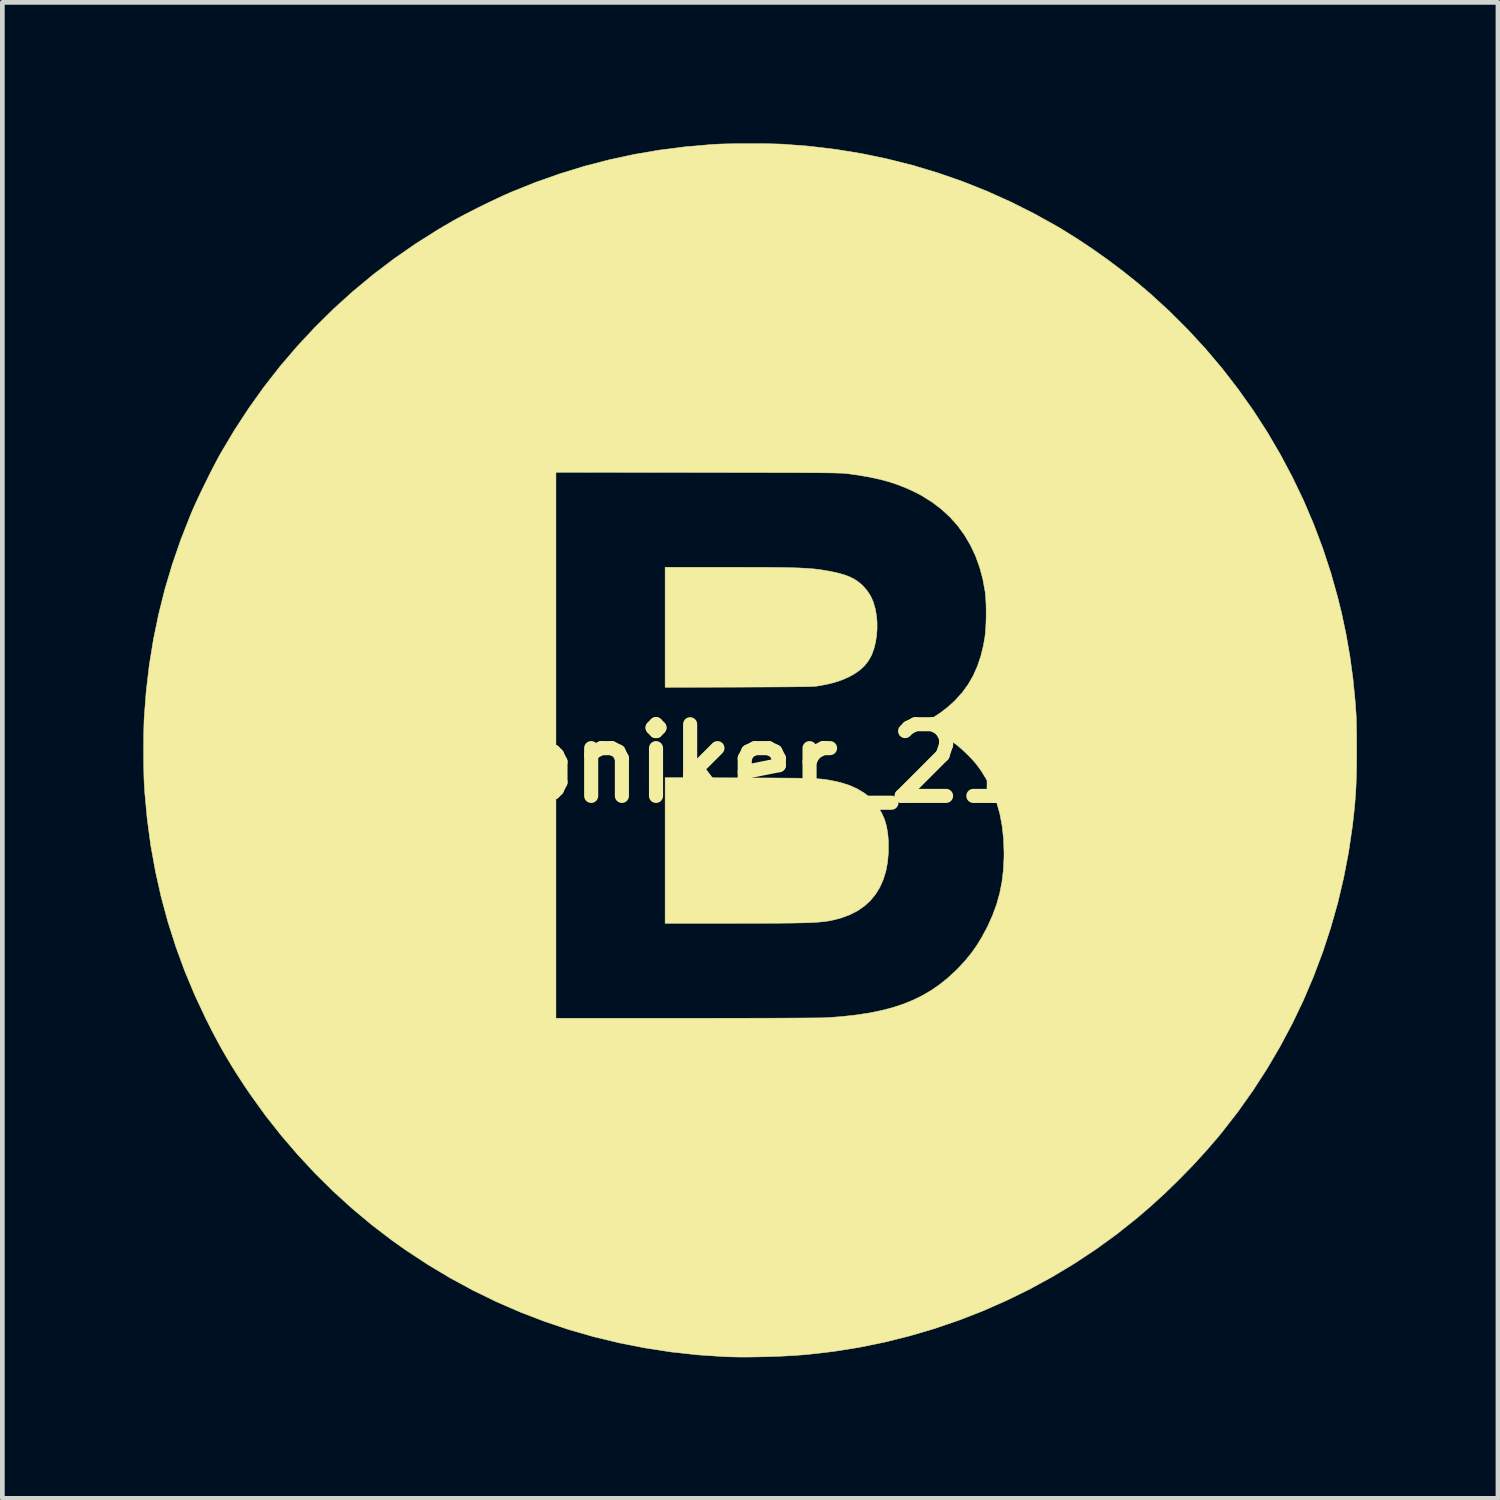
<source format=kicad_pcb>
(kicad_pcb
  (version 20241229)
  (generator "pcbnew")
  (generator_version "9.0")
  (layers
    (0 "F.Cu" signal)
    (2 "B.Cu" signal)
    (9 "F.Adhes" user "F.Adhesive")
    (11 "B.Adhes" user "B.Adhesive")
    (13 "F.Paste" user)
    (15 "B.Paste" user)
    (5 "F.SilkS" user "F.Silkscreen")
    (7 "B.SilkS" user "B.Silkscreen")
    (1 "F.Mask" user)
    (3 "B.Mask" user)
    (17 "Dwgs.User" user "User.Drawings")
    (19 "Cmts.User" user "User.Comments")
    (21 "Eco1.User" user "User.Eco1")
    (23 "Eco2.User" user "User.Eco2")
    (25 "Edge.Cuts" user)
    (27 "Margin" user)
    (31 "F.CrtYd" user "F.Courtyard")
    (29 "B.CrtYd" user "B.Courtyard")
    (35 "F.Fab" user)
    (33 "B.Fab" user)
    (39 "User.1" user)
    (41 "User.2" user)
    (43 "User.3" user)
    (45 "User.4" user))
  (footprint "CBP_Moniker_2100DPI"
    (layer "F.Cu")
    (at 12.898 13.188)
    (property "Reference" "CBP_Moniker_2100DPI" (at 0 0 0) (layer "F.SilkS") (effects (font (size 1.524 1.524) (thickness 0.3))))
    (attr through_hole)
    (fp_poly (pts (xy -0.475 -4.173) (xy -0.23 -4.173) (xy -0.008 -4.172) (xy 0.193 -4.172) (xy 0.375 -4.171) (xy 0.538 -4.169) (xy 0.684 -4.168) (xy 0.816 -4.165) (xy 0.934 -4.162) (xy 1.04 -4.159) (xy 1.135 -4.154) (xy 1.222 -4.149) (xy 1.301 -4.143) (xy 1.374 -4.137) (xy 1.443 -4.129) (xy 1.508 -4.12) (xy 1.573 -4.11) (xy 1.637 -4.099) (xy 1.703 -4.087) (xy 1.73 -4.082) (xy 1.879 -4.049) (xy 2.008 -4.013) (xy 2.119 -3.971) (xy 2.216 -3.923) (xy 2.302 -3.866) (xy 2.382 -3.8) (xy 2.408 -3.775) (xy 2.498 -3.671) (xy 2.571 -3.557) (xy 2.627 -3.43) (xy 2.668 -3.287) (xy 2.695 -3.128) (xy 2.705 -3.012) (xy 2.706 -2.864) (xy 2.695 -2.716) (xy 2.672 -2.572) (xy 2.638 -2.438) (xy 2.595 -2.319) (xy 2.583 -2.292) (xy 2.516 -2.176) (xy 2.434 -2.073) (xy 2.335 -1.983) (xy 2.217 -1.902) (xy 2.111 -1.844) (xy 1.996 -1.792) (xy 1.88 -1.749) (xy 1.756 -1.712) (xy 1.621 -1.68) (xy 1.467 -1.652) (xy 1.409 -1.643) (xy 1.385 -1.641) (xy 1.347 -1.639) (xy 1.292 -1.637) (xy 1.22 -1.635) (xy 1.131 -1.633) (xy 1.024 -1.632) (xy 0.897 -1.63) (xy 0.751 -1.629) (xy 0.585 -1.628) (xy 0.397 -1.627) (xy 0.187 -1.626) (xy -0.046 -1.625) (xy -0.245 -1.624) (xy -1.802 -1.62) (xy -1.802 -4.173) (xy -0.475 -4.173)) (stroke (width 0.01) (type solid)) (fill yes) (layer "F.SilkS"))
    (fp_poly (pts (xy -0.215 0.306) (xy 0.019 0.307) (xy 0.23 0.308) (xy 0.42 0.308) (xy 0.589 0.309) (xy 0.741 0.31) (xy 0.874 0.311) (xy 0.993 0.312) (xy 1.097 0.314) (xy 1.187 0.315) (xy 1.267 0.317) (xy 1.336 0.32) (xy 1.397 0.322) (xy 1.45 0.326) (xy 1.497 0.329) (xy 1.54 0.333) (xy 1.58 0.338) (xy 1.618 0.343) (xy 1.656 0.349) (xy 1.695 0.356) (xy 1.736 0.363) (xy 1.94 0.408) (xy 2.126 0.468) (xy 2.293 0.544) (xy 2.441 0.634) (xy 2.57 0.74) (xy 2.681 0.86) (xy 2.731 0.93) (xy 2.806 1.058) (xy 2.865 1.192) (xy 2.907 1.336) (xy 2.934 1.495) (xy 2.947 1.663) (xy 2.947 1.888) (xy 2.929 2.098) (xy 2.892 2.293) (xy 2.836 2.473) (xy 2.763 2.637) (xy 2.671 2.785) (xy 2.562 2.917) (xy 2.435 3.033) (xy 2.29 3.133) (xy 2.128 3.216) (xy 1.948 3.283) (xy 1.857 3.308) (xy 1.807 3.321) (xy 1.759 3.332) (xy 1.71 3.342) (xy 1.66 3.351) (xy 1.607 3.358) (xy 1.549 3.365) (xy 1.486 3.372) (xy 1.416 3.377) (xy 1.337 3.382) (xy 1.248 3.386) (xy 1.148 3.389) (xy 1.035 3.391) (xy 0.909 3.394) (xy 0.767 3.395) (xy 0.608 3.397) (xy 0.431 3.397) (xy 0.235 3.398) (xy 0.018 3.398) (xy -0.221 3.399) (xy -0.336 3.399) (xy -1.802 3.399) (xy -1.802 0.301) (xy -0.215 0.306)) (stroke (width 0.01) (type solid)) (fill yes) (layer "F.SilkS"))
    (fp_poly (pts (xy 0.166 -13.183) (xy 0.303 -13.182) (xy 0.432 -13.18) (xy 0.548 -13.177) (xy 0.647 -13.174) (xy 0.715 -13.171) (xy 1.278 -13.127) (xy 1.836 -13.06) (xy 2.387 -12.97) (xy 2.932 -12.856) (xy 3.471 -12.72) (xy 4.002 -12.56) (xy 4.525 -12.378) (xy 5.04 -12.173) (xy 5.547 -11.945) (xy 6.045 -11.695) (xy 6.535 -11.423) (xy 6.64 -11.36) (xy 6.963 -11.159) (xy 7.291 -10.94) (xy 7.619 -10.708) (xy 7.941 -10.465) (xy 8.251 -10.217) (xy 8.511 -9.996) (xy 8.921 -9.621) (xy 9.314 -9.229) (xy 9.689 -8.822) (xy 10.046 -8.4) (xy 10.383 -7.964) (xy 10.702 -7.515) (xy 11.001 -7.053) (xy 11.279 -6.579) (xy 11.537 -6.094) (xy 11.775 -5.597) (xy 11.991 -5.091) (xy 12.185 -4.576) (xy 12.357 -4.052) (xy 12.506 -3.52) (xy 12.585 -3.199) (xy 12.683 -2.735) (xy 12.763 -2.272) (xy 12.827 -1.803) (xy 12.874 -1.324) (xy 12.893 -1.059) (xy 12.896 -1.006) (xy 12.898 -0.932) (xy 12.9 -0.842) (xy 12.902 -0.738) (xy 12.904 -0.623) (xy 12.905 -0.502) (xy 12.905 -0.377) (xy 12.906 -0.284) (xy 12.905 -0.077) (xy 12.903 0.11) (xy 12.899 0.281) (xy 12.894 0.44) (xy 12.886 0.592) (xy 12.876 0.741) (xy 12.864 0.891) (xy 12.848 1.045) (xy 12.83 1.209) (xy 12.814 1.343) (xy 12.734 1.888) (xy 12.63 2.428) (xy 12.504 2.964) (xy 12.354 3.493) (xy 12.183 4.015) (xy 11.989 4.529) (xy 11.774 5.035) (xy 11.537 5.53) (xy 11.279 6.016) (xy 11.001 6.49) (xy 10.703 6.951) (xy 10.385 7.4) (xy 10.048 7.834) (xy 9.956 7.947) (xy 9.696 8.248) (xy 9.418 8.552) (xy 9.126 8.851) (xy 8.827 9.142) (xy 8.523 9.419) (xy 8.237 9.665) (xy 7.806 10.008) (xy 7.361 10.331) (xy 6.903 10.634) (xy 6.433 10.917) (xy 5.951 11.18) (xy 5.458 11.422) (xy 4.956 11.643) (xy 4.444 11.842) (xy 3.924 12.02) (xy 3.398 12.175) (xy 2.864 12.308) (xy 2.325 12.418) (xy 1.781 12.505) (xy 1.234 12.568) (xy 1.179 12.573) (xy 0.998 12.587) (xy 0.803 12.599) (xy 0.597 12.609) (xy 0.386 12.616) (xy 0.176 12.621) (xy -0.029 12.624) (xy -0.225 12.624) (xy -0.405 12.62) (xy -0.535 12.616) (xy -1.104 12.578) (xy -1.666 12.517) (xy -2.221 12.432) (xy -2.768 12.325) (xy -3.309 12.195) (xy -3.841 12.043) (xy -4.365 11.867) (xy -4.881 11.669) (xy -5.388 11.449) (xy -5.886 11.206) (xy -6.375 10.941) (xy -6.854 10.654) (xy -7.324 10.345) (xy -7.617 10.137) (xy -8.041 9.813) (xy -8.454 9.468) (xy -8.854 9.105) (xy -9.24 8.724) (xy -9.61 8.326) (xy -9.964 7.914) (xy -10.3 7.489) (xy -10.615 7.052) (xy -10.746 6.859) (xy -10.881 6.653) (xy -11.004 6.458) (xy -11.118 6.269) (xy -11.227 6.081) (xy -11.333 5.887) (xy -11.441 5.683) (xy -11.552 5.462) (xy -11.568 5.431) (xy -11.574 5.419) (xy -4.124 5.419) (xy -1.34 5.419) (xy -1.018 5.419) (xy -0.711 5.418) (xy -0.42 5.418) (xy -0.146 5.418) (xy 0.112 5.417) (xy 0.352 5.417) (xy 0.573 5.416) (xy 0.776 5.415) (xy 0.96 5.414) (xy 1.123 5.413) (xy 1.266 5.412) (xy 1.388 5.411) (xy 1.488 5.41) (xy 1.565 5.409) (xy 1.619 5.407) (xy 1.645 5.406) (xy 1.961 5.382) (xy 2.256 5.349) (xy 2.531 5.308) (xy 2.787 5.256) (xy 3.027 5.194) (xy 3.252 5.121) (xy 3.463 5.036) (xy 3.662 4.939) (xy 3.85 4.83) (xy 4.029 4.707) (xy 4.2 4.571) (xy 4.365 4.42) (xy 4.445 4.34) (xy 4.586 4.187) (xy 4.711 4.033) (xy 4.825 3.872) (xy 4.931 3.7) (xy 5.033 3.511) (xy 5.062 3.453) (xy 5.165 3.223) (xy 5.249 2.993) (xy 5.314 2.76) (xy 5.362 2.519) (xy 5.392 2.268) (xy 5.405 2.003) (xy 5.406 1.9) (xy 5.396 1.611) (xy 5.367 1.335) (xy 5.318 1.073) (xy 5.248 0.825) (xy 5.159 0.589) (xy 5.05 0.367) (xy 4.921 0.156) (xy 4.82 0.018) (xy 4.764 -0.048) (xy 4.695 -0.123) (xy 4.617 -0.201) (xy 4.535 -0.279) (xy 4.456 -0.349) (xy 4.385 -0.407) (xy 4.382 -0.409) (xy 4.247 -0.503) (xy 4.095 -0.596) (xy 3.936 -0.681) (xy 3.777 -0.754) (xy 3.728 -0.774) (xy 3.684 -0.792) (xy 3.65 -0.806) (xy 3.631 -0.815) (xy 3.629 -0.817) (xy 3.638 -0.824) (xy 3.665 -0.84) (xy 3.704 -0.863) (xy 3.74 -0.884) (xy 3.91 -0.984) (xy 4.061 -1.084) (xy 4.196 -1.188) (xy 4.32 -1.297) (xy 4.378 -1.354) (xy 4.52 -1.512) (xy 4.644 -1.683) (xy 4.75 -1.867) (xy 4.839 -2.067) (xy 4.912 -2.283) (xy 4.969 -2.517) (xy 4.997 -2.677) (xy 5.009 -2.77) (xy 5.017 -2.883) (xy 5.023 -3.007) (xy 5.026 -3.139) (xy 5.026 -3.272) (xy 5.023 -3.4) (xy 5.017 -3.518) (xy 5.008 -3.619) (xy 5.004 -3.653) (xy 4.955 -3.922) (xy 4.886 -4.177) (xy 4.798 -4.419) (xy 4.69 -4.647) (xy 4.564 -4.86) (xy 4.419 -5.059) (xy 4.255 -5.242) (xy 4.073 -5.41) (xy 3.873 -5.561) (xy 3.656 -5.697) (xy 3.544 -5.757) (xy 3.361 -5.843) (xy 3.174 -5.919) (xy 2.98 -5.985) (xy 2.775 -6.041) (xy 2.557 -6.089) (xy 2.322 -6.13) (xy 2.068 -6.165) (xy 2.048 -6.167) (xy 2.026 -6.169) (xy 2.002 -6.171) (xy 1.973 -6.173) (xy 1.94 -6.175) (xy 1.901 -6.176) (xy 1.856 -6.177) (xy 1.803 -6.179) (xy 1.742 -6.18) (xy 1.671 -6.181) (xy 1.59 -6.182) (xy 1.498 -6.183) (xy 1.394 -6.184) (xy 1.277 -6.184) (xy 1.145 -6.185) (xy 0.999 -6.186) (xy 0.837 -6.186) (xy 0.658 -6.187) (xy 0.461 -6.187) (xy 0.246 -6.188) (xy 0.011 -6.188) (xy -0.245 -6.188) (xy -0.522 -6.189) (xy -0.821 -6.189) (xy -1.116 -6.19) (xy -4.124 -6.193) (xy -4.124 5.419) (xy -11.574 5.419) (xy -11.805 4.926) (xy -12.019 4.414) (xy -12.209 3.895) (xy -12.377 3.368) (xy -12.521 2.835) (xy -12.642 2.294) (xy -12.741 1.746) (xy -12.816 1.191) (xy -12.868 0.629) (xy -12.881 0.424) (xy -12.885 0.342) (xy -12.888 0.239) (xy -12.89 0.12) (xy -12.892 -0.01) (xy -12.893 -0.148) (xy -12.893 -0.29) (xy -12.893 -0.432) (xy -12.892 -0.569) (xy -12.89 -0.698) (xy -12.887 -0.814) (xy -12.884 -0.913) (xy -12.881 -0.98) (xy -12.838 -1.541) (xy -12.773 -2.093) (xy -12.685 -2.638) (xy -12.574 -3.175) (xy -12.441 -3.707) (xy -12.284 -4.234) (xy -12.104 -4.756) (xy -11.9 -5.275) (xy -11.86 -5.37) (xy -11.811 -5.482) (xy -11.752 -5.61) (xy -11.687 -5.749) (xy -11.616 -5.896) (xy -11.542 -6.045) (xy -11.469 -6.192) (xy -11.397 -6.332) (xy -11.329 -6.461) (xy -11.268 -6.573) (xy -11.254 -6.598) (xy -10.966 -7.083) (xy -10.659 -7.553) (xy -10.334 -8.008) (xy -9.99 -8.448) (xy -9.628 -8.871) (xy -9.249 -9.278) (xy -8.853 -9.669) (xy -8.44 -10.042) (xy -8.011 -10.398) (xy -7.566 -10.736) (xy -7.106 -11.055) (xy -6.631 -11.355) (xy -6.308 -11.544) (xy -6.2 -11.603) (xy -6.076 -11.669) (xy -5.938 -11.74) (xy -5.793 -11.814) (xy -5.644 -11.888) (xy -5.496 -11.959) (xy -5.354 -12.026) (xy -5.223 -12.087) (xy -5.107 -12.138) (xy -5.08 -12.15) (xy -4.563 -12.358) (xy -4.044 -12.541) (xy -3.522 -12.702) (xy -2.995 -12.839) (xy -2.463 -12.954) (xy -1.924 -13.046) (xy -1.376 -13.116) (xy -0.82 -13.164) (xy -0.689 -13.172) (xy -0.607 -13.175) (xy -0.505 -13.178) (xy -0.386 -13.18) (xy -0.256 -13.182) (xy -0.118 -13.183) (xy 0.024 -13.183) (xy 0.166 -13.183)) (stroke (width 0.01) (type solid)) (fill yes) (layer "F.SilkS")))
  (gr_rect
    (start -3 -3)
    (end 28.809 28.817)
    (stroke (width 0.1) (type default))
    (fill no)
    (layer "Edge.Cuts")))
</source>
